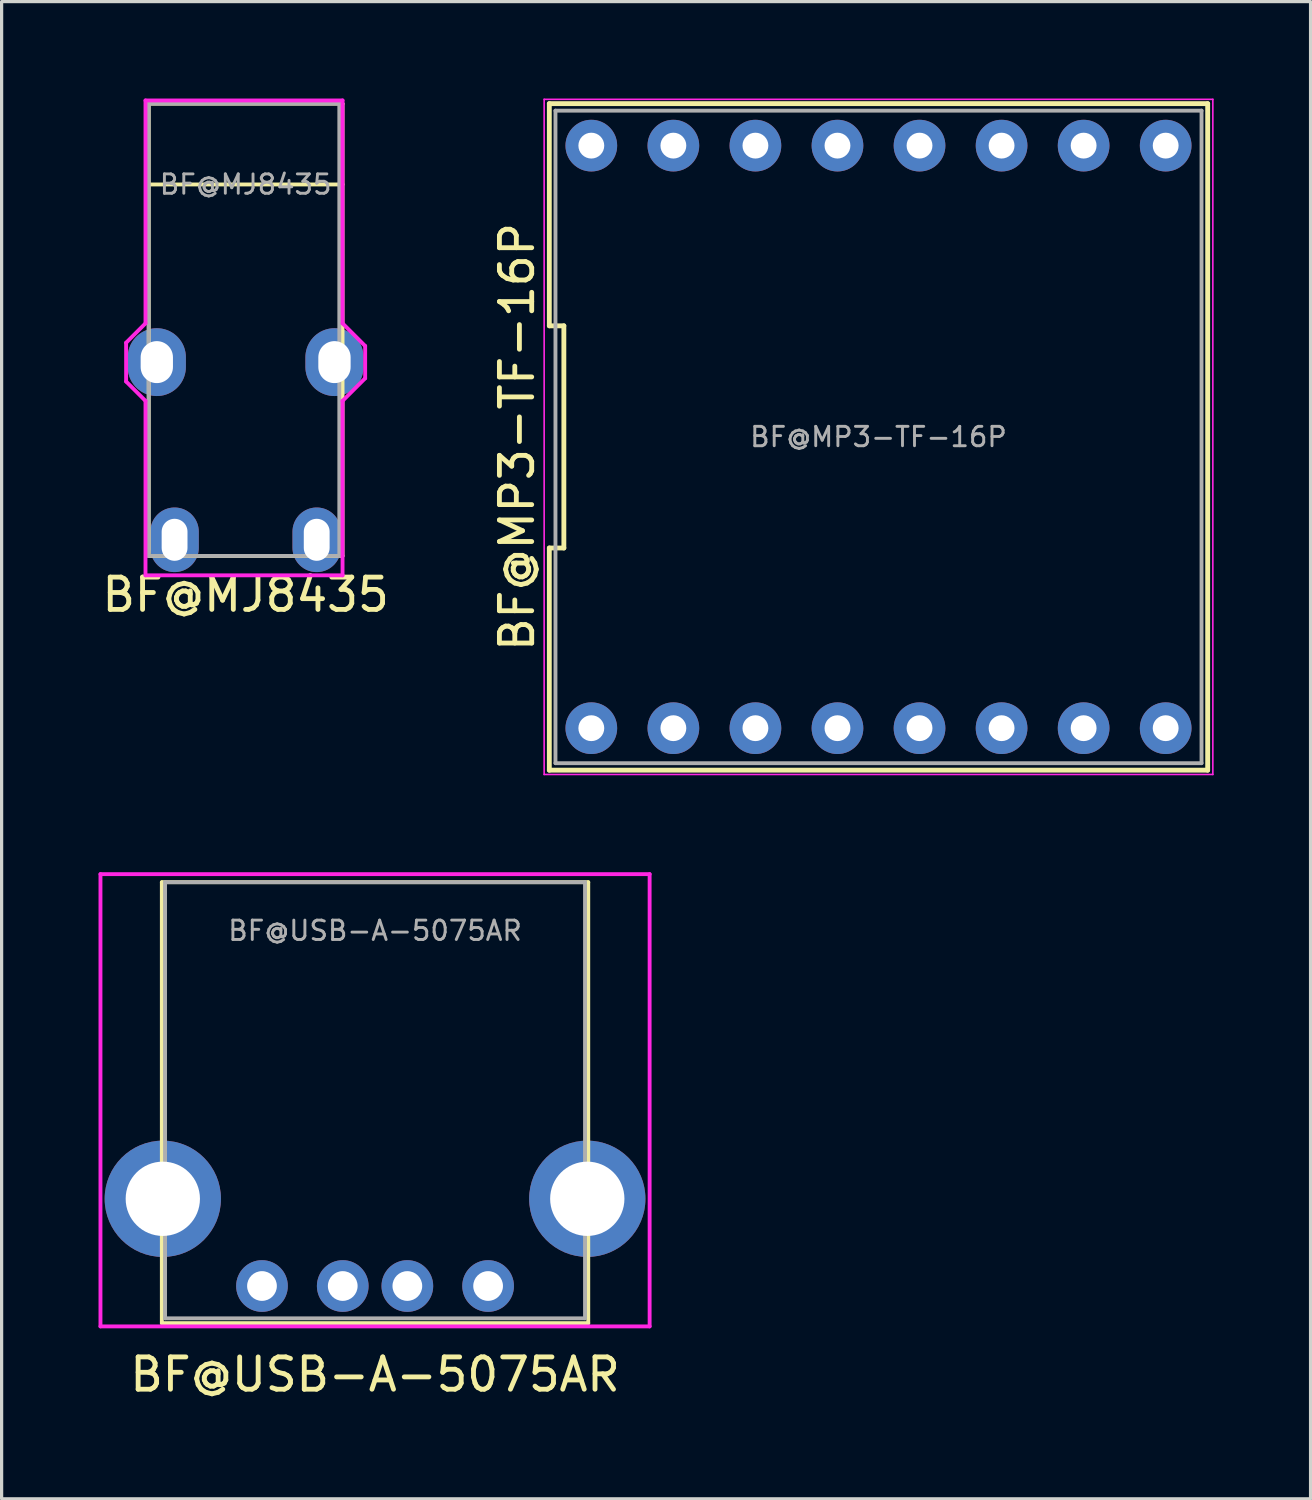
<source format=kicad_pcb>
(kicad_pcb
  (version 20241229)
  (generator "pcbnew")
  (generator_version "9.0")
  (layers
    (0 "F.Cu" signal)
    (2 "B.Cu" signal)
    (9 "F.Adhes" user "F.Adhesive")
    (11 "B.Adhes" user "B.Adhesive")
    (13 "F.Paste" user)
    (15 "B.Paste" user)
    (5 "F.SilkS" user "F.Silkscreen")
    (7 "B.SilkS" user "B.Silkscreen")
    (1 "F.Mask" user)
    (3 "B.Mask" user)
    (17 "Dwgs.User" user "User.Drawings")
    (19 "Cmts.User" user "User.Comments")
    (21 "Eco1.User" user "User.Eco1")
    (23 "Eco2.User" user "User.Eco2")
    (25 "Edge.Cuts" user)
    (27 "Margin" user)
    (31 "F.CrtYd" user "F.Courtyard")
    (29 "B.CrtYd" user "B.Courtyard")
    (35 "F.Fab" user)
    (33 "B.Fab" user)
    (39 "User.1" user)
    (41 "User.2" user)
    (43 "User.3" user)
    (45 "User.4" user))
  (footprint "BF@MP3-TF-16P"
    (layer "F.Cu")
    (at 24.145 10.475)
    (property "Reference" "BF@MP3-TF-16P" (at -11.19 0 90) (layer "F.SilkS") (effects (font (size 1 1) (thickness 0.15))))
    (attr through_hole)
    (fp_line (start -10.19 -10.317) (end -10.19 -3.439) (stroke (width 0.15) (type solid)) (layer "F.SilkS"))
    (fp_line (start -10.19 -3.439) (end -9.74 -3.439) (stroke (width 0.15) (type solid)) (layer "F.SilkS"))
    (fp_line (start -10.19 3.439) (end -10.19 10.317) (stroke (width 0.15) (type solid)) (layer "F.SilkS"))
    (fp_line (start -10.19 10.317) (end 10.19 10.317) (stroke (width 0.15) (type solid)) (layer "F.SilkS"))
    (fp_line (start -9.74 -3.439) (end -9.74 3.439) (stroke (width 0.15) (type solid)) (layer "F.SilkS"))
    (fp_line (start -9.74 3.439) (end -10.19 3.439) (stroke (width 0.15) (type solid)) (layer "F.SilkS"))
    (fp_line (start 10.19 -10.317) (end -10.19 -10.317) (stroke (width 0.15) (type solid)) (layer "F.SilkS"))
    (fp_line (start 10.19 10.317) (end 10.19 -10.317) (stroke (width 0.15) (type solid)) (layer "F.SilkS"))
    (fp_line (start -10.35 -10.45) (end 10.35 -10.45) (stroke (width 0.05) (type solid)) (layer "F.CrtYd"))
    (fp_line (start -10.35 10.45) (end -10.35 -10.45) (stroke (width 0.05) (type solid)) (layer "F.CrtYd"))
    (fp_line (start 10.35 -10.45) (end 10.35 10.45) (stroke (width 0.05) (type solid)) (layer "F.CrtYd"))
    (fp_line (start 10.35 10.45) (end -10.35 10.45) (stroke (width 0.05) (type solid)) (layer "F.CrtYd"))
    (fp_line (start -10 -10.1) (end 10 -10.1) (stroke (width 0.12) (type solid)) (layer "F.Fab"))
    (fp_line (start -10 10.1) (end -10 -10.1) (stroke (width 0.12) (type solid)) (layer "F.Fab"))
    (fp_line (start 10 -10.1) (end 10 10.1) (stroke (width 0.12) (type solid)) (layer "F.Fab"))
    (fp_line (start 10 10.1) (end -10 10.1) (stroke (width 0.12) (type solid)) (layer "F.Fab"))
    (fp_text user "${REFERENCE}" (at 0 0 0) (layer "F.Fab") (effects (font (size 0.6 0.6) (thickness 0.09))))
    (pad "1" thru_hole circle (at -8.89 9.017) (size 1.6 1.6) (drill 0.8) (layers "*.Cu" "*.Mask"))
    (pad "2" thru_hole circle (at -6.35 9.017) (size 1.6 1.6) (drill 0.8) (layers "*.Cu" "*.Mask"))
    (pad "3" thru_hole circle (at -3.81 9.017) (size 1.6 1.6) (drill 0.8) (layers "*.Cu" "*.Mask"))
    (pad "4" thru_hole circle (at -1.27 9.017) (size 1.6 1.6) (drill 0.8) (layers "*.Cu" "*.Mask"))
    (pad "5" thru_hole circle (at 1.27 9.017) (size 1.6 1.6) (drill 0.8) (layers "*.Cu" "*.Mask"))
    (pad "6" thru_hole circle (at 3.81 9.017) (size 1.6 1.6) (drill 0.8) (layers "*.Cu" "*.Mask"))
    (pad "7" thru_hole circle (at 6.35 9.017) (size 1.6 1.6) (drill 0.8) (layers "*.Cu" "*.Mask"))
    (pad "8" thru_hole circle (at 8.89 9.017) (size 1.6 1.6) (drill 0.8) (layers "*.Cu" "*.Mask"))
    (pad "9" thru_hole circle (at 8.89 -9.017) (size 1.6 1.6) (drill 0.8) (layers "*.Cu" "*.Mask"))
    (pad "10" thru_hole circle (at 6.35 -9.017) (size 1.6 1.6) (drill 0.8) (layers "*.Cu" "*.Mask"))
    (pad "11" thru_hole circle (at 3.81 -9.017) (size 1.6 1.6) (drill 0.8) (layers "*.Cu" "*.Mask"))
    (pad "12" thru_hole circle (at 1.27 -9.017) (size 1.6 1.6) (drill 0.8) (layers "*.Cu" "*.Mask"))
    (pad "13" thru_hole circle (at -1.27 -9.017) (size 1.6 1.6) (drill 0.8) (layers "*.Cu" "*.Mask"))
    (pad "14" thru_hole circle (at -3.81 -9.017) (size 1.6 1.6) (drill 0.8) (layers "*.Cu" "*.Mask"))
    (pad "15" thru_hole circle (at -6.35 -9.017) (size 1.6 1.6) (drill 0.8) (layers "*.Cu" "*.Mask"))
    (pad "16" thru_hole circle (at -8.89 -9.017) (size 1.6 1.6) (drill 0.8) (layers "*.Cu" "*.Mask")))
  (footprint "BF@USB-A-5075AR"
    (layer "F.Cu")
    (at 8.56 24.26)
    (property "Reference" "BF@USB-A-5075AR" (at 0 15.24 0) (layer "F.SilkS") (effects (font (size 1 1) (thickness 0.15))))
    (attr through_hole)
    (fp_line (start -6.6 0) (end 6.6 0) (stroke (width 0.12) (type solid)) (layer "F.SilkS"))
    (fp_line (start -6.6 13.65) (end -6.6 0) (stroke (width 0.12) (type solid)) (layer "F.SilkS"))
    (fp_line (start 6.6 0) (end 6.6 13.65) (stroke (width 0.12) (type solid)) (layer "F.SilkS"))
    (fp_line (start 6.6 13.65) (end -6.6 13.65) (stroke (width 0.12) (type solid)) (layer "F.SilkS"))
    (fp_line (start -8.5 -0.25) (end 8.5 -0.25) (stroke (width 0.12) (type solid)) (layer "F.CrtYd"))
    (fp_line (start -8.5 13.75) (end -8.5 -0.25) (stroke (width 0.12) (type solid)) (layer "F.CrtYd"))
    (fp_line (start 8.5 -0.25) (end 8.5 13.75) (stroke (width 0.12) (type solid)) (layer "F.CrtYd"))
    (fp_line (start 8.5 13.75) (end -8.5 13.75) (stroke (width 0.12) (type solid)) (layer "F.CrtYd"))
    (fp_line (start -6.5 0) (end 6.5 0) (stroke (width 0.12) (type solid)) (layer "F.Fab"))
    (fp_line (start -6.5 13.5) (end -6.5 0) (stroke (width 0.12) (type solid)) (layer "F.Fab"))
    (fp_line (start 6.5 0) (end 6.5 13.5) (stroke (width 0.12) (type solid)) (layer "F.Fab"))
    (fp_line (start 6.5 13.5) (end -6.5 13.5) (stroke (width 0.12) (type solid)) (layer "F.Fab"))
    (fp_text user "${REFERENCE}" (at 0 1.5 0) (layer "F.Fab") (effects (font (size 0.6 0.6) (thickness 0.09))))
    (pad "1" thru_hole circle (at 3.5 12.5) (size 1.6 1.6) (drill 0.92) (layers "*.Cu" "*.Mask"))
    (pad "2" thru_hole circle (at 1 12.5) (size 1.6 1.6) (drill 0.92) (layers "*.Cu" "*.Mask"))
    (pad "3" thru_hole circle (at -1 12.5) (size 1.6 1.6) (drill 0.92) (layers "*.Cu" "*.Mask"))
    (pad "4" thru_hole circle (at -3.5 12.5) (size 1.6 1.6) (drill 0.92) (layers "*.Cu" "*.Mask"))
    (pad "5" thru_hole circle (at -6.57 9.8) (size 3.6 3.6) (drill 2.3) (layers "*.Cu" "*.Mask"))
    (pad "5" thru_hole circle (at 6.57 9.8) (size 3.6 3.6) (drill 2.3) (layers "*.Cu" "*.Mask")))
  (footprint "BF@MJ8435"
    (layer "F.Cu")
    (at 4.554 2.66)
    (property "Reference" "BF@MJ8435" (at 0 12.7 0) (layer "F.SilkS") (effects (font (size 1 1) (thickness 0.15))))
    (attr through_hole)
    (fp_line (start -3 -2.5) (end 3 -2.5) (stroke (width 0.12) (type solid)) (layer "F.SilkS"))
    (fp_line (start -3 0) (end 3 0) (stroke (width 0.12) (type solid)) (layer "F.SilkS"))
    (fp_line (start -3 11.5) (end -3 -2.5) (stroke (width 0.12) (type solid)) (layer "F.SilkS"))
    (fp_line (start 3 -2.5) (end 3 11.5) (stroke (width 0.12) (type solid)) (layer "F.SilkS"))
    (fp_line (start 3 11.5) (end -3 11.5) (stroke (width 0.12) (type solid)) (layer "F.SilkS"))
    (fp_line (start -3.7 4.9) (end -3.7 6.1) (stroke (width 0.12) (type solid)) (layer "F.CrtYd"))
    (fp_line (start -3.7 6.1) (end -3.1 6.7) (stroke (width 0.12) (type solid)) (layer "F.CrtYd"))
    (fp_line (start -3.1 -2.6) (end 3 -2.6) (stroke (width 0.12) (type solid)) (layer "F.CrtYd"))
    (fp_line (start -3.1 4.3) (end -3.7 4.9) (stroke (width 0.12) (type solid)) (layer "F.CrtYd"))
    (fp_line (start -3.1 4.3) (end -3.1 -2.6) (stroke (width 0.12) (type solid)) (layer "F.CrtYd"))
    (fp_line (start -3.1 6.7) (end -3.1 12.1) (stroke (width 0.12) (type solid)) (layer "F.CrtYd"))
    (fp_line (start 3 -2.6) (end 3 4.3) (stroke (width 0.12) (type solid)) (layer "F.CrtYd"))
    (fp_line (start 3 4.3) (end 3.7 5) (stroke (width 0.12) (type solid)) (layer "F.CrtYd"))
    (fp_line (start 3 6.7) (end 3 12.1) (stroke (width 0.12) (type solid)) (layer "F.CrtYd"))
    (fp_line (start 3 12.1) (end -3.1 12.1) (stroke (width 0.12) (type solid)) (layer "F.CrtYd"))
    (fp_line (start 3.7 5) (end 3.7 6) (stroke (width 0.12) (type solid)) (layer "F.CrtYd"))
    (fp_line (start 3.7 6) (end 3 6.7) (stroke (width 0.12) (type solid)) (layer "F.CrtYd"))
    (fp_line (start -3 -2.5) (end 2.9 -2.5) (stroke (width 0.12) (type solid)) (layer "F.Fab"))
    (fp_line (start -3 11.5) (end -3 -2.5) (stroke (width 0.12) (type solid)) (layer "F.Fab"))
    (fp_line (start 2.9 -2.5) (end 2.9 11.5) (stroke (width 0.12) (type solid)) (layer "F.Fab"))
    (fp_line (start 2.9 11.5) (end -3 11.5) (stroke (width 0.12) (type solid)) (layer "F.Fab"))
    (fp_text user "${REFERENCE}" (at 0 0 0) (layer "F.Fab") (effects (font (size 0.6 0.6) (thickness 0.09))))
    (pad "R" thru_hole oval (at 2.2 11) (size 1.5 2) (drill oval 0.8 1.3) (layers "*.Cu" "*.Mask"))
    (pad "S" thru_hole oval (at -2.2 11) (size 1.5 2) (drill oval 0.8 1.3) (layers "*.Cu" "*.Mask"))
    (pad "T" thru_hole oval (at -2.75 5.5) (size 1.8 2.1) (drill oval 1 1.3) (layers "*.Cu" "*.Mask"))
    (pad "T" thru_hole oval (at 2.75 5.5) (size 1.8 2.1) (drill oval 1 1.3) (layers "*.Cu" "*.Mask")))
  (gr_rect
    (start -3 -3)
    (end 37.52 43.348)
    (stroke (width 0.1) (type default))
    (fill no)
    (layer "Edge.Cuts")))
</source>
